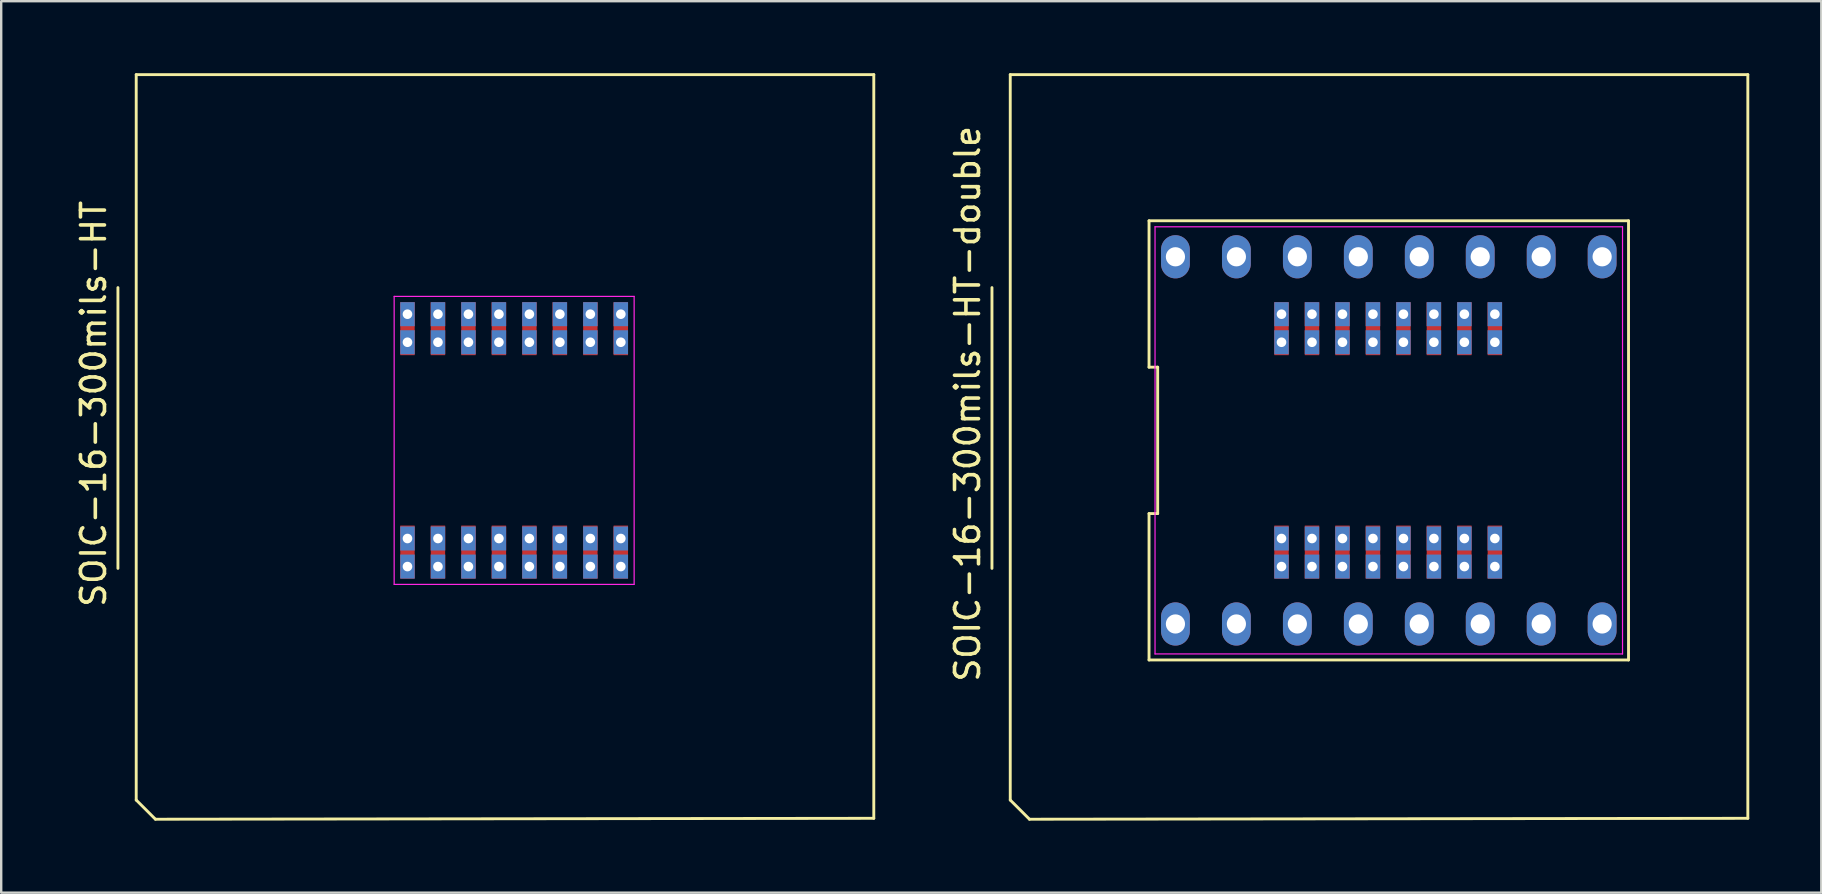
<source format=kicad_pcb>
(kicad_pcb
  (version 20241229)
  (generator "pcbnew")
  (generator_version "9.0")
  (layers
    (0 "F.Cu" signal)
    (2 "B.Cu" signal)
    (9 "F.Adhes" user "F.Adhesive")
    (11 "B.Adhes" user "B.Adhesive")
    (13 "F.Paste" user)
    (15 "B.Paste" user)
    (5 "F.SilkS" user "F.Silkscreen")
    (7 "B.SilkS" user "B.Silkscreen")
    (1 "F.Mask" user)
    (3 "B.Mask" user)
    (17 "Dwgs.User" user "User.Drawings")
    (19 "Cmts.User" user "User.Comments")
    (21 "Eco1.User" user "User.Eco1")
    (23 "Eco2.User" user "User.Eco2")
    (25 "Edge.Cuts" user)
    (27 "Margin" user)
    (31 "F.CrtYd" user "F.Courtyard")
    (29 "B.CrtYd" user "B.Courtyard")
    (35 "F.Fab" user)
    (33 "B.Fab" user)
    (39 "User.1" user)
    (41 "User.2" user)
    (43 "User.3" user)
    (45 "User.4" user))
  (footprint "SOIC-16-300mils-HT-double"
    (layer "F.Cu")
    (at 54.794 15.3)
    (property "Reference" "SOIC-16-300mils-HT-double" (at -17.526 -1.524 90) (layer "F.SilkS") (effects (font (size 1 1) (thickness 0.15))))
    (attr smd)
    (fp_poly (pts (xy 14.478 14.986) (xy -15.24 14.986) (xy -15.24 -14.732) (xy 14.478 -14.732)) (stroke (width 0.1) (type solid)) (fill yes) (layer "F.Mask"))
    (fp_line (start -16.51 5.334) (end -16.51 -6.366) (stroke (width 0.12) (type solid)) (layer "F.SilkS"))
    (fp_line (start -15.748 -15.24) (end 14.986 -15.24) (stroke (width 0.12) (type solid)) (layer "F.SilkS"))
    (fp_line (start -15.748 14.986) (end -15.748 -15.24) (stroke (width 0.12) (type solid)) (layer "F.SilkS"))
    (fp_line (start -14.948 15.786) (end -15.748 14.986) (stroke (width 0.12) (type solid)) (layer "F.SilkS"))
    (fp_line (start -9.965 -9.15) (end -9.965 -3.05) (stroke (width 0.12) (type solid)) (layer "F.SilkS"))
    (fp_line (start -9.965 -3.05) (end -9.605 -3.05) (stroke (width 0.12) (type solid)) (layer "F.SilkS"))
    (fp_line (start -9.965 3.05) (end -9.965 9.15) (stroke (width 0.12) (type solid)) (layer "F.SilkS"))
    (fp_line (start -9.965 9.15) (end 10.015 9.15) (stroke (width 0.12) (type solid)) (layer "F.SilkS"))
    (fp_line (start -9.605 -3.05) (end -9.605 3.05) (stroke (width 0.12) (type solid)) (layer "F.SilkS"))
    (fp_line (start -9.605 3.05) (end -9.965 3.05) (stroke (width 0.12) (type solid)) (layer "F.SilkS"))
    (fp_line (start 10.015 -9.15) (end -9.965 -9.15) (stroke (width 0.12) (type solid)) (layer "F.SilkS"))
    (fp_line (start 10.015 9.15) (end 10.015 -9.15) (stroke (width 0.12) (type solid)) (layer "F.SilkS"))
    (fp_line (start 14.986 -15.24) (end 14.986 15.748) (stroke (width 0.12) (type solid)) (layer "F.SilkS"))
    (fp_line (start 14.986 15.748) (end -14.948 15.786) (stroke (width 0.12) (type solid)) (layer "F.SilkS"))
    (fp_line (start -9.715 -8.9) (end 9.765 -8.9) (stroke (width 0.05) (type solid)) (layer "F.CrtYd"))
    (fp_line (start -9.715 8.9) (end -9.715 -8.9) (stroke (width 0.05) (type solid)) (layer "F.CrtYd"))
    (fp_line (start 9.765 -8.9) (end 9.765 8.9) (stroke (width 0.05) (type solid)) (layer "F.CrtYd"))
    (fp_line (start 9.765 8.9) (end -9.715 8.9) (stroke (width 0.05) (type solid)) (layer "F.CrtYd"))
    (pad "1" thru_hole oval (at -8.865 7.65) (size 1.2 1.8) (drill 0.8) (layers "*.Cu" "*.Mask"))
    (pad "1" thru_hole rect (at -4.445 4.089) (size 0.6 1) (drill 0.4) (layers "*.Cu" "*.Mask"))
    (pad "1" smd rect (at -4.445 4.65) (size 0.6 2.2) (layers "F.Cu" "F.Mask" "F.Paste"))
    (pad "1" thru_hole rect (at -4.445 5.258) (size 0.6 1) (drill 0.4) (layers "*.Cu" "*.Mask"))
    (pad "2" thru_hole oval (at -6.325 7.65) (size 1.2 1.8) (drill 0.8) (layers "*.Cu" "*.Mask"))
    (pad "2" thru_hole rect (at -3.175 4.089) (size 0.6 1) (drill 0.4) (layers "*.Cu" "*.Mask"))
    (pad "2" smd rect (at -3.175 4.65) (size 0.6 2.2) (layers "F.Cu" "F.Mask" "F.Paste"))
    (pad "2" thru_hole rect (at -3.175 5.258) (size 0.6 1) (drill 0.4) (layers "*.Cu" "*.Mask"))
    (pad "3" thru_hole oval (at -3.785 7.65) (size 1.2 1.8) (drill 0.8) (layers "*.Cu" "*.Mask"))
    (pad "3" thru_hole rect (at -1.905 4.089) (size 0.6 1) (drill 0.4) (layers "*.Cu" "*.Mask"))
    (pad "3" smd rect (at -1.905 4.65) (size 0.6 2.2) (layers "F.Cu" "F.Mask" "F.Paste"))
    (pad "3" thru_hole rect (at -1.905 5.258) (size 0.6 1) (drill 0.4) (layers "*.Cu" "*.Mask"))
    (pad "4" thru_hole oval (at -1.245 7.65) (size 1.2 1.8) (drill 0.8) (layers "*.Cu" "*.Mask"))
    (pad "4" thru_hole rect (at -0.635 4.089) (size 0.6 1) (drill 0.4) (layers "*.Cu" "*.Mask"))
    (pad "4" smd rect (at -0.635 4.65) (size 0.6 2.2) (layers "F.Cu" "F.Mask" "F.Paste"))
    (pad "4" thru_hole rect (at -0.635 5.258) (size 0.6 1) (drill 0.4) (layers "*.Cu" "*.Mask"))
    (pad "5" thru_hole rect (at 0.635 4.089) (size 0.6 1) (drill 0.4) (layers "*.Cu" "*.Mask"))
    (pad "5" smd rect (at 0.635 4.65) (size 0.6 2.2) (layers "F.Cu" "F.Mask" "F.Paste"))
    (pad "5" thru_hole rect (at 0.635 5.258) (size 0.6 1) (drill 0.4) (layers "*.Cu" "*.Mask"))
    (pad "5" thru_hole oval (at 1.295 7.65) (size 1.2 1.8) (drill 0.8) (layers "*.Cu" "*.Mask"))
    (pad "6" thru_hole rect (at 1.905 4.089) (size 0.6 1) (drill 0.4) (layers "*.Cu" "*.Mask"))
    (pad "6" smd rect (at 1.905 4.65) (size 0.6 2.2) (layers "F.Cu" "F.Mask" "F.Paste"))
    (pad "6" thru_hole rect (at 1.905 5.258) (size 0.6 1) (drill 0.4) (layers "*.Cu" "*.Mask"))
    (pad "6" thru_hole oval (at 3.835 7.65) (size 1.2 1.8) (drill 0.8) (layers "*.Cu" "*.Mask"))
    (pad "7" thru_hole rect (at 3.175 4.089) (size 0.6 1) (drill 0.4) (layers "*.Cu" "*.Mask"))
    (pad "7" smd rect (at 3.175 4.65) (size 0.6 2.2) (layers "F.Cu" "F.Mask" "F.Paste"))
    (pad "7" thru_hole rect (at 3.175 5.258) (size 0.6 1) (drill 0.4) (layers "*.Cu" "*.Mask"))
    (pad "7" thru_hole oval (at 6.375 7.65) (size 1.2 1.8) (drill 0.8) (layers "*.Cu" "*.Mask"))
    (pad "8" thru_hole rect (at 4.445 4.089) (size 0.6 1) (drill 0.4) (layers "*.Cu" "*.Mask"))
    (pad "8" smd rect (at 4.445 4.65) (size 0.6 2.2) (layers "F.Cu" "F.Mask" "F.Paste"))
    (pad "8" thru_hole rect (at 4.445 5.258) (size 0.6 1) (drill 0.4) (layers "*.Cu" "*.Mask"))
    (pad "8" thru_hole oval (at 8.915 7.65) (size 1.2 1.8) (drill 0.8) (layers "*.Cu" "*.Mask"))
    (pad "9" thru_hole rect (at 4.445 -5.258) (size 0.6 1) (drill 0.4) (layers "*.Cu" "*.Mask"))
    (pad "9" smd rect (at 4.445 -4.65) (size 0.6 2.2) (layers "F.Cu" "F.Mask" "F.Paste"))
    (pad "9" thru_hole rect (at 4.445 -4.089) (size 0.6 1) (drill 0.4) (layers "*.Cu" "*.Mask"))
    (pad "9" thru_hole oval (at 8.915 -7.65) (size 1.2 1.8) (drill 0.8) (layers "*.Cu" "*.Mask"))
    (pad "10" thru_hole rect (at 3.175 -5.258) (size 0.6 1) (drill 0.4) (layers "*.Cu" "*.Mask"))
    (pad "10" smd rect (at 3.175 -4.65) (size 0.6 2.2) (layers "F.Cu" "F.Mask" "F.Paste"))
    (pad "10" thru_hole rect (at 3.175 -4.089) (size 0.6 1) (drill 0.4) (layers "*.Cu" "*.Mask"))
    (pad "10" thru_hole oval (at 6.375 -7.65) (size 1.2 1.8) (drill 0.8) (layers "*.Cu" "*.Mask"))
    (pad "11" thru_hole rect (at 1.905 -5.258) (size 0.6 1) (drill 0.4) (layers "*.Cu" "*.Mask"))
    (pad "11" smd rect (at 1.905 -4.65) (size 0.6 2.2) (layers "F.Cu" "F.Mask" "F.Paste"))
    (pad "11" thru_hole rect (at 1.905 -4.089) (size 0.6 1) (drill 0.4) (layers "*.Cu" "*.Mask"))
    (pad "11" thru_hole oval (at 3.835 -7.65) (size 1.2 1.8) (drill 0.8) (layers "*.Cu" "*.Mask"))
    (pad "12" thru_hole rect (at 0.635 -5.258) (size 0.6 1) (drill 0.4) (layers "*.Cu" "*.Mask"))
    (pad "12" smd rect (at 0.635 -4.65) (size 0.6 2.2) (layers "F.Cu" "F.Mask" "F.Paste"))
    (pad "12" thru_hole rect (at 0.635 -4.089) (size 0.6 1) (drill 0.4) (layers "*.Cu" "*.Mask"))
    (pad "12" thru_hole oval (at 1.295 -7.65) (size 1.2 1.8) (drill 0.8) (layers "*.Cu" "*.Mask"))
    (pad "13" thru_hole oval (at -1.245 -7.65) (size 1.2 1.8) (drill 0.8) (layers "*.Cu" "*.Mask"))
    (pad "13" thru_hole rect (at -0.635 -5.258) (size 0.6 1) (drill 0.4) (layers "*.Cu" "*.Mask"))
    (pad "13" smd rect (at -0.635 -4.65) (size 0.6 2.2) (layers "F.Cu" "F.Mask" "F.Paste"))
    (pad "13" thru_hole rect (at -0.635 -4.089) (size 0.6 1) (drill 0.4) (layers "*.Cu" "*.Mask"))
    (pad "14" thru_hole oval (at -3.785 -7.65) (size 1.2 1.8) (drill 0.8) (layers "*.Cu" "*.Mask"))
    (pad "14" thru_hole rect (at -1.905 -5.258) (size 0.6 1) (drill 0.4) (layers "*.Cu" "*.Mask"))
    (pad "14" smd rect (at -1.905 -4.65) (size 0.6 2.2) (layers "F.Cu" "F.Mask" "F.Paste"))
    (pad "14" thru_hole rect (at -1.905 -4.089) (size 0.6 1) (drill 0.4) (layers "*.Cu" "*.Mask"))
    (pad "15" thru_hole oval (at -6.325 -7.65) (size 1.2 1.8) (drill 0.8) (layers "*.Cu" "*.Mask"))
    (pad "15" thru_hole rect (at -3.175 -5.258) (size 0.6 1) (drill 0.4) (layers "*.Cu" "*.Mask"))
    (pad "15" smd rect (at -3.175 -4.65) (size 0.6 2.2) (layers "F.Cu" "F.Mask" "F.Paste"))
    (pad "15" thru_hole rect (at -3.175 -4.089) (size 0.6 1) (drill 0.4) (layers "*.Cu" "*.Mask"))
    (pad "16" thru_hole oval (at -8.865 -7.65) (size 1.2 1.8) (drill 0.8) (layers "*.Cu" "*.Mask"))
    (pad "16" thru_hole rect (at -4.445 -5.258) (size 0.6 1) (drill 0.4) (layers "*.Cu" "*.Mask"))
    (pad "16" smd rect (at -4.445 -4.65) (size 0.6 2.2) (layers "F.Cu" "F.Mask" "F.Paste"))
    (pad "16" thru_hole rect (at -4.445 -4.089) (size 0.6 1) (drill 0.4) (layers "*.Cu" "*.Mask")))
  (footprint "SOIC-16-300mils-HT"
    (layer "F.Cu")
    (at 18.374 15.3)
    (property "Reference" "SOIC-16-300mils-HT" (at -17.526 -1.524 90) (layer "F.SilkS") (effects (font (size 1 1) (thickness 0.15))))
    (attr smd)
    (fp_poly (pts (xy 14.478 14.986) (xy -15.24 14.986) (xy -15.24 -14.732) (xy 14.478 -14.732)) (stroke (width 0.1) (type solid)) (fill yes) (layer "F.Mask"))
    (fp_line (start -16.51 5.334) (end -16.51 -6.366) (stroke (width 0.12) (type solid)) (layer "F.SilkS"))
    (fp_line (start -15.748 -15.24) (end 14.986 -15.24) (stroke (width 0.12) (type solid)) (layer "F.SilkS"))
    (fp_line (start -15.748 14.986) (end -15.748 -15.24) (stroke (width 0.12) (type solid)) (layer "F.SilkS"))
    (fp_line (start -14.948 15.786) (end -15.748 14.986) (stroke (width 0.12) (type solid)) (layer "F.SilkS"))
    (fp_line (start 14.986 -15.24) (end 14.986 15.748) (stroke (width 0.12) (type solid)) (layer "F.SilkS"))
    (fp_line (start 14.986 15.748) (end -14.948 15.786) (stroke (width 0.12) (type solid)) (layer "F.SilkS"))
    (fp_line (start -5 -6) (end 5 -6) (stroke (width 0.05) (type solid)) (layer "F.CrtYd"))
    (fp_line (start -5 6) (end -5 -6) (stroke (width 0.05) (type solid)) (layer "F.CrtYd"))
    (fp_line (start 5 -6) (end 5 6) (stroke (width 0.05) (type solid)) (layer "F.CrtYd"))
    (fp_line (start 5 6) (end -5 6) (stroke (width 0.05) (type solid)) (layer "F.CrtYd"))
    (pad "1" thru_hole rect (at -4.445 4.089) (size 0.6 1) (drill 0.4) (layers "*.Cu" "*.Mask"))
    (pad "1" smd rect (at -4.445 4.65) (size 0.6 2.2) (layers "F.Cu" "F.Mask" "F.Paste"))
    (pad "1" thru_hole rect (at -4.445 5.258) (size 0.6 1) (drill 0.4) (layers "*.Cu" "*.Mask"))
    (pad "2" thru_hole rect (at -3.175 4.089) (size 0.6 1) (drill 0.4) (layers "*.Cu" "*.Mask"))
    (pad "2" smd rect (at -3.175 4.65) (size 0.6 2.2) (layers "F.Cu" "F.Mask" "F.Paste"))
    (pad "2" thru_hole rect (at -3.175 5.258) (size 0.6 1) (drill 0.4) (layers "*.Cu" "*.Mask"))
    (pad "3" thru_hole rect (at -1.905 4.089) (size 0.6 1) (drill 0.4) (layers "*.Cu" "*.Mask"))
    (pad "3" smd rect (at -1.905 4.65) (size 0.6 2.2) (layers "F.Cu" "F.Mask" "F.Paste"))
    (pad "3" thru_hole rect (at -1.905 5.258) (size 0.6 1) (drill 0.4) (layers "*.Cu" "*.Mask"))
    (pad "4" thru_hole rect (at -0.635 4.089) (size 0.6 1) (drill 0.4) (layers "*.Cu" "*.Mask"))
    (pad "4" smd rect (at -0.635 4.65) (size 0.6 2.2) (layers "F.Cu" "F.Mask" "F.Paste"))
    (pad "4" thru_hole rect (at -0.635 5.258) (size 0.6 1) (drill 0.4) (layers "*.Cu" "*.Mask"))
    (pad "5" thru_hole rect (at 0.635 4.089) (size 0.6 1) (drill 0.4) (layers "*.Cu" "*.Mask"))
    (pad "5" smd rect (at 0.635 4.65) (size 0.6 2.2) (layers "F.Cu" "F.Mask" "F.Paste"))
    (pad "5" thru_hole rect (at 0.635 5.258) (size 0.6 1) (drill 0.4) (layers "*.Cu" "*.Mask"))
    (pad "6" thru_hole rect (at 1.905 4.089) (size 0.6 1) (drill 0.4) (layers "*.Cu" "*.Mask"))
    (pad "6" smd rect (at 1.905 4.65) (size 0.6 2.2) (layers "F.Cu" "F.Mask" "F.Paste"))
    (pad "6" thru_hole rect (at 1.905 5.258) (size 0.6 1) (drill 0.4) (layers "*.Cu" "*.Mask"))
    (pad "7" thru_hole rect (at 3.175 4.089) (size 0.6 1) (drill 0.4) (layers "*.Cu" "*.Mask"))
    (pad "7" smd rect (at 3.175 4.65) (size 0.6 2.2) (layers "F.Cu" "F.Mask" "F.Paste"))
    (pad "7" thru_hole rect (at 3.175 5.258) (size 0.6 1) (drill 0.4) (layers "*.Cu" "*.Mask"))
    (pad "8" thru_hole rect (at 4.445 4.089) (size 0.6 1) (drill 0.4) (layers "*.Cu" "*.Mask"))
    (pad "8" smd rect (at 4.445 4.65) (size 0.6 2.2) (layers "F.Cu" "F.Mask" "F.Paste"))
    (pad "8" thru_hole rect (at 4.445 5.258) (size 0.6 1) (drill 0.4) (layers "*.Cu" "*.Mask"))
    (pad "9" thru_hole rect (at 4.445 -5.258) (size 0.6 1) (drill 0.4) (layers "*.Cu" "*.Mask"))
    (pad "9" smd rect (at 4.445 -4.65) (size 0.6 2.2) (layers "F.Cu" "F.Mask" "F.Paste"))
    (pad "9" thru_hole rect (at 4.445 -4.089) (size 0.6 1) (drill 0.4) (layers "*.Cu" "*.Mask"))
    (pad "10" thru_hole rect (at 3.175 -5.258) (size 0.6 1) (drill 0.4) (layers "*.Cu" "*.Mask"))
    (pad "10" smd rect (at 3.175 -4.65) (size 0.6 2.2) (layers "F.Cu" "F.Mask" "F.Paste"))
    (pad "10" thru_hole rect (at 3.175 -4.089) (size 0.6 1) (drill 0.4) (layers "*.Cu" "*.Mask"))
    (pad "11" thru_hole rect (at 1.905 -5.258) (size 0.6 1) (drill 0.4) (layers "*.Cu" "*.Mask"))
    (pad "11" smd rect (at 1.905 -4.65) (size 0.6 2.2) (layers "F.Cu" "F.Mask" "F.Paste"))
    (pad "11" thru_hole rect (at 1.905 -4.089) (size 0.6 1) (drill 0.4) (layers "*.Cu" "*.Mask"))
    (pad "12" thru_hole rect (at 0.635 -5.258) (size 0.6 1) (drill 0.4) (layers "*.Cu" "*.Mask"))
    (pad "12" smd rect (at 0.635 -4.65) (size 0.6 2.2) (layers "F.Cu" "F.Mask" "F.Paste"))
    (pad "12" thru_hole rect (at 0.635 -4.089) (size 0.6 1) (drill 0.4) (layers "*.Cu" "*.Mask"))
    (pad "13" thru_hole rect (at -0.635 -5.258) (size 0.6 1) (drill 0.4) (layers "*.Cu" "*.Mask"))
    (pad "13" smd rect (at -0.635 -4.65) (size 0.6 2.2) (layers "F.Cu" "F.Mask" "F.Paste"))
    (pad "13" thru_hole rect (at -0.635 -4.089) (size 0.6 1) (drill 0.4) (layers "*.Cu" "*.Mask"))
    (pad "14" thru_hole rect (at -1.905 -5.258) (size 0.6 1) (drill 0.4) (layers "*.Cu" "*.Mask"))
    (pad "14" smd rect (at -1.905 -4.65) (size 0.6 2.2) (layers "F.Cu" "F.Mask" "F.Paste"))
    (pad "14" thru_hole rect (at -1.905 -4.089) (size 0.6 1) (drill 0.4) (layers "*.Cu" "*.Mask"))
    (pad "15" thru_hole rect (at -3.175 -5.258) (size 0.6 1) (drill 0.4) (layers "*.Cu" "*.Mask"))
    (pad "15" smd rect (at -3.175 -4.65) (size 0.6 2.2) (layers "F.Cu" "F.Mask" "F.Paste"))
    (pad "15" thru_hole rect (at -3.175 -4.089) (size 0.6 1) (drill 0.4) (layers "*.Cu" "*.Mask"))
    (pad "16" thru_hole rect (at -4.445 -5.258) (size 0.6 1) (drill 0.4) (layers "*.Cu" "*.Mask"))
    (pad "16" smd rect (at -4.445 -4.65) (size 0.6 2.2) (layers "F.Cu" "F.Mask" "F.Paste"))
    (pad "16" thru_hole rect (at -4.445 -4.089) (size 0.6 1) (drill 0.4) (layers "*.Cu" "*.Mask")))
  (gr_rect
    (start -3 -3)
    (end 72.841 34.146)
    (stroke (width 0.1) (type default))
    (fill no)
    (layer "Edge.Cuts")))
</source>
